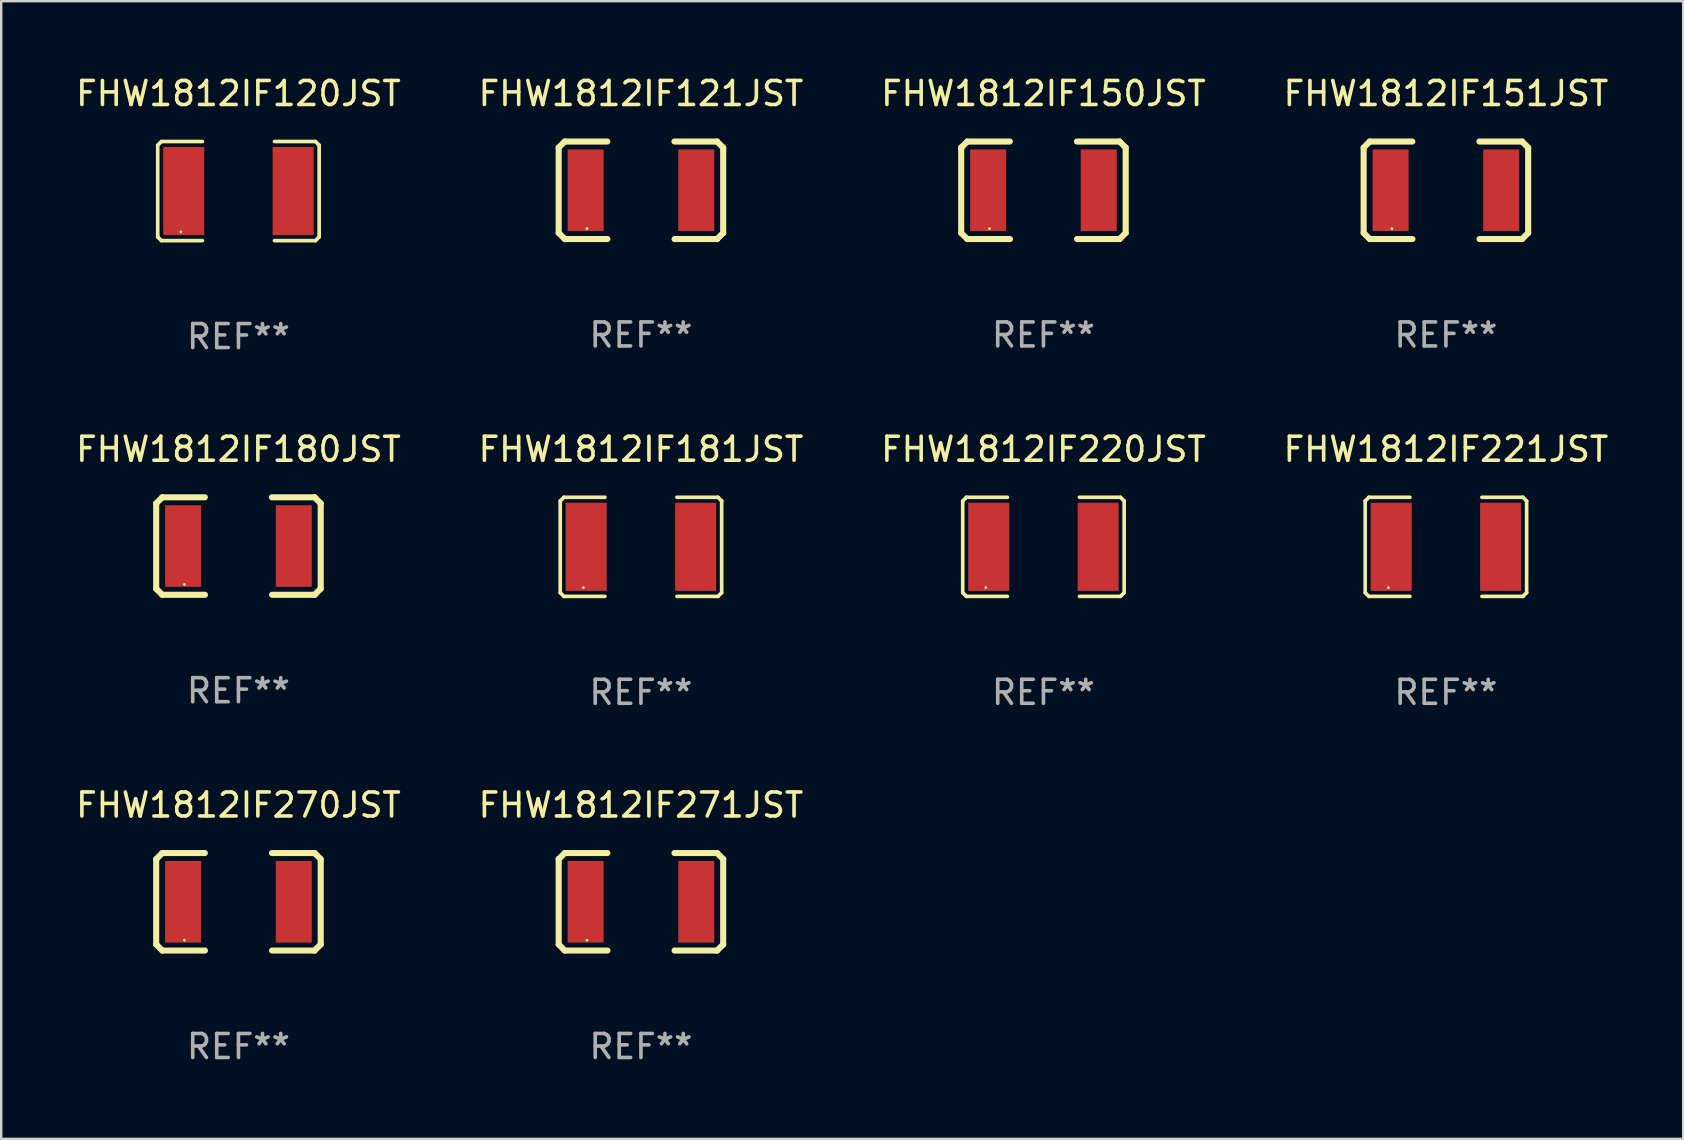
<source format=kicad_pcb>
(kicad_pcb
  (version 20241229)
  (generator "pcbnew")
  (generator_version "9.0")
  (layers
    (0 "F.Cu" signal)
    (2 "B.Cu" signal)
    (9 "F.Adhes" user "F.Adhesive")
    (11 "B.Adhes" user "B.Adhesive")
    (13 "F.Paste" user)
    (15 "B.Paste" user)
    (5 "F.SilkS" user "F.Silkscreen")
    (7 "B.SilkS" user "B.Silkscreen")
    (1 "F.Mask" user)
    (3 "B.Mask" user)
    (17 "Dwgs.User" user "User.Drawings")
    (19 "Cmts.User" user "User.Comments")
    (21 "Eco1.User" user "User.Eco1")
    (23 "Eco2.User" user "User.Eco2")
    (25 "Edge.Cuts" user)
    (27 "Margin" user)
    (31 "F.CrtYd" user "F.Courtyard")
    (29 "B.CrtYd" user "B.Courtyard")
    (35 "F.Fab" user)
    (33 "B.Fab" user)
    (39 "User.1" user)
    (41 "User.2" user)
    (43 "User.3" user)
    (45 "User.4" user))
  (footprint "FHW1812IF121JST"
    (layer "F.Cu")
    (at 23.661 4.88)
    (property "Reference" "FHW1812IF121JST" (at 0 -4.032 0) (layer "F.SilkS") (effects (font (size 1 1) (thickness 0.15))))
    (attr through_hole)
    (fp_line (start -3.428 -1.778) (end -3.174 -2.032) (stroke (width 0.254) (type solid)) (layer "F.SilkS"))
    (fp_line (start -3.428 1.778) (end -3.428 -1.778) (stroke (width 0.254) (type solid)) (layer "F.SilkS"))
    (fp_line (start -3.174 -2.032) (end -1.401 -2.032) (stroke (width 0.254) (type solid)) (layer "F.SilkS"))
    (fp_line (start -3.174 2.032) (end -3.428 1.778) (stroke (width 0.254) (type solid)) (layer "F.SilkS"))
    (fp_line (start -1.396 2.032) (end -3.174 2.032) (stroke (width 0.254) (type solid)) (layer "F.SilkS"))
    (fp_line (start 1.396 -2.032) (end 3.174 -2.032) (stroke (width 0.254) (type solid)) (layer "F.SilkS"))
    (fp_line (start 3.174 -2.032) (end 3.428 -1.778) (stroke (width 0.254) (type solid)) (layer "F.SilkS"))
    (fp_line (start 3.174 2.032) (end 1.401 2.032) (stroke (width 0.254) (type solid)) (layer "F.SilkS"))
    (fp_line (start 3.428 -1.778) (end 3.428 1.778) (stroke (width 0.254) (type solid)) (layer "F.SilkS"))
    (fp_line (start 3.428 1.778) (end 3.174 2.032) (stroke (width 0.254) (type solid)) (layer "F.SilkS"))
    (fp_circle (center -2.25 1.6) (end -2.22 1.6) (stroke (width 0.06) (type solid)) (fill no) (layer "F.SilkS"))
    (fp_text user "REF**" (at 0 6.032 0) (layer "F.Fab") (effects (font (size 1 1) (thickness 0.15))))
    (pad "1" smd rect (at -2.305 0) (size 1.5 3.4) (layers "F.Cu" "F.Mask" "F.Paste"))
    (pad "2" smd rect (at 2.305 0) (size 1.5 3.4) (layers "F.Cu" "F.Mask" "F.Paste")))
  (footprint "FHW1812IF150JST"
    (layer "F.Cu")
    (at 40.435 4.88)
    (property "Reference" "FHW1812IF150JST" (at 0 -4.032 0) (layer "F.SilkS") (effects (font (size 1 1) (thickness 0.15))))
    (attr through_hole)
    (fp_line (start -3.428 -1.778) (end -3.174 -2.032) (stroke (width 0.254) (type solid)) (layer "F.SilkS"))
    (fp_line (start -3.428 1.778) (end -3.428 -1.778) (stroke (width 0.254) (type solid)) (layer "F.SilkS"))
    (fp_line (start -3.174 -2.032) (end -1.401 -2.032) (stroke (width 0.254) (type solid)) (layer "F.SilkS"))
    (fp_line (start -3.174 2.032) (end -3.428 1.778) (stroke (width 0.254) (type solid)) (layer "F.SilkS"))
    (fp_line (start -1.396 2.032) (end -3.174 2.032) (stroke (width 0.254) (type solid)) (layer "F.SilkS"))
    (fp_line (start 1.396 -2.032) (end 3.174 -2.032) (stroke (width 0.254) (type solid)) (layer "F.SilkS"))
    (fp_line (start 3.174 -2.032) (end 3.428 -1.778) (stroke (width 0.254) (type solid)) (layer "F.SilkS"))
    (fp_line (start 3.174 2.032) (end 1.401 2.032) (stroke (width 0.254) (type solid)) (layer "F.SilkS"))
    (fp_line (start 3.428 -1.778) (end 3.428 1.778) (stroke (width 0.254) (type solid)) (layer "F.SilkS"))
    (fp_line (start 3.428 1.778) (end 3.174 2.032) (stroke (width 0.254) (type solid)) (layer "F.SilkS"))
    (fp_circle (center -2.25 1.6) (end -2.22 1.6) (stroke (width 0.06) (type solid)) (fill no) (layer "F.SilkS"))
    (fp_text user "REF**" (at 0 6.032 0) (layer "F.Fab") (effects (font (size 1 1) (thickness 0.15))))
    (pad "1" smd rect (at -2.305 0) (size 1.5 3.4) (layers "F.Cu" "F.Mask" "F.Paste"))
    (pad "2" smd rect (at 2.305 0) (size 1.5 3.4) (layers "F.Cu" "F.Mask" "F.Paste")))
  (footprint "FHW1812IF180JST"
    (layer "F.Cu")
    (at 6.887 19.706)
    (property "Reference" "FHW1812IF180JST" (at 0 -4.032 0) (layer "F.SilkS") (effects (font (size 1 1) (thickness 0.15))))
    (attr through_hole)
    (fp_line (start -3.428 -1.778) (end -3.174 -2.032) (stroke (width 0.254) (type solid)) (layer "F.SilkS"))
    (fp_line (start -3.428 1.778) (end -3.428 -1.778) (stroke (width 0.254) (type solid)) (layer "F.SilkS"))
    (fp_line (start -3.174 -2.032) (end -1.401 -2.032) (stroke (width 0.254) (type solid)) (layer "F.SilkS"))
    (fp_line (start -3.174 2.032) (end -3.428 1.778) (stroke (width 0.254) (type solid)) (layer "F.SilkS"))
    (fp_line (start -1.396 2.032) (end -3.174 2.032) (stroke (width 0.254) (type solid)) (layer "F.SilkS"))
    (fp_line (start 1.396 -2.032) (end 3.174 -2.032) (stroke (width 0.254) (type solid)) (layer "F.SilkS"))
    (fp_line (start 3.174 -2.032) (end 3.428 -1.778) (stroke (width 0.254) (type solid)) (layer "F.SilkS"))
    (fp_line (start 3.174 2.032) (end 1.401 2.032) (stroke (width 0.254) (type solid)) (layer "F.SilkS"))
    (fp_line (start 3.428 -1.778) (end 3.428 1.778) (stroke (width 0.254) (type solid)) (layer "F.SilkS"))
    (fp_line (start 3.428 1.778) (end 3.174 2.032) (stroke (width 0.254) (type solid)) (layer "F.SilkS"))
    (fp_circle (center -2.25 1.6) (end -2.22 1.6) (stroke (width 0.06) (type solid)) (fill no) (layer "F.SilkS"))
    (fp_text user "REF**" (at 0 6.032 0) (layer "F.Fab") (effects (font (size 1 1) (thickness 0.15))))
    (pad "1" smd rect (at -2.305 0) (size 1.5 3.4) (layers "F.Cu" "F.Mask" "F.Paste"))
    (pad "2" smd rect (at 2.305 0) (size 1.5 3.4) (layers "F.Cu" "F.Mask" "F.Paste")))
  (footprint "FHW1812IF270JST"
    (layer "F.Cu")
    (at 6.887 34.532)
    (property "Reference" "FHW1812IF270JST" (at 0 -4.032 0) (layer "F.SilkS") (effects (font (size 1 1) (thickness 0.15))))
    (attr through_hole)
    (fp_line (start -3.428 -1.778) (end -3.174 -2.032) (stroke (width 0.254) (type solid)) (layer "F.SilkS"))
    (fp_line (start -3.428 1.778) (end -3.428 -1.778) (stroke (width 0.254) (type solid)) (layer "F.SilkS"))
    (fp_line (start -3.174 -2.032) (end -1.401 -2.032) (stroke (width 0.254) (type solid)) (layer "F.SilkS"))
    (fp_line (start -3.174 2.032) (end -3.428 1.778) (stroke (width 0.254) (type solid)) (layer "F.SilkS"))
    (fp_line (start -1.396 2.032) (end -3.174 2.032) (stroke (width 0.254) (type solid)) (layer "F.SilkS"))
    (fp_line (start 1.396 -2.032) (end 3.174 -2.032) (stroke (width 0.254) (type solid)) (layer "F.SilkS"))
    (fp_line (start 3.174 -2.032) (end 3.428 -1.778) (stroke (width 0.254) (type solid)) (layer "F.SilkS"))
    (fp_line (start 3.174 2.032) (end 1.401 2.032) (stroke (width 0.254) (type solid)) (layer "F.SilkS"))
    (fp_line (start 3.428 -1.778) (end 3.428 1.778) (stroke (width 0.254) (type solid)) (layer "F.SilkS"))
    (fp_line (start 3.428 1.778) (end 3.174 2.032) (stroke (width 0.254) (type solid)) (layer "F.SilkS"))
    (fp_circle (center -2.25 1.6) (end -2.22 1.6) (stroke (width 0.06) (type solid)) (fill no) (layer "F.SilkS"))
    (fp_text user "REF**" (at 0 6.032 0) (layer "F.Fab") (effects (font (size 1 1) (thickness 0.15))))
    (pad "1" smd rect (at -2.305 0) (size 1.5 3.4) (layers "F.Cu" "F.Mask" "F.Paste"))
    (pad "2" smd rect (at 2.305 0) (size 1.5 3.4) (layers "F.Cu" "F.Mask" "F.Paste")))
  (footprint "FHW1812IF151JST"
    (layer "F.Cu")
    (at 57.208 4.88)
    (property "Reference" "FHW1812IF151JST" (at 0 -4.032 0) (layer "F.SilkS") (effects (font (size 1 1) (thickness 0.15))))
    (attr through_hole)
    (fp_line (start -3.428 -1.778) (end -3.174 -2.032) (stroke (width 0.254) (type solid)) (layer "F.SilkS"))
    (fp_line (start -3.428 1.778) (end -3.428 -1.778) (stroke (width 0.254) (type solid)) (layer "F.SilkS"))
    (fp_line (start -3.174 -2.032) (end -1.401 -2.032) (stroke (width 0.254) (type solid)) (layer "F.SilkS"))
    (fp_line (start -3.174 2.032) (end -3.428 1.778) (stroke (width 0.254) (type solid)) (layer "F.SilkS"))
    (fp_line (start -1.396 2.032) (end -3.174 2.032) (stroke (width 0.254) (type solid)) (layer "F.SilkS"))
    (fp_line (start 1.396 -2.032) (end 3.174 -2.032) (stroke (width 0.254) (type solid)) (layer "F.SilkS"))
    (fp_line (start 3.174 -2.032) (end 3.428 -1.778) (stroke (width 0.254) (type solid)) (layer "F.SilkS"))
    (fp_line (start 3.174 2.032) (end 1.401 2.032) (stroke (width 0.254) (type solid)) (layer "F.SilkS"))
    (fp_line (start 3.428 -1.778) (end 3.428 1.778) (stroke (width 0.254) (type solid)) (layer "F.SilkS"))
    (fp_line (start 3.428 1.778) (end 3.174 2.032) (stroke (width 0.254) (type solid)) (layer "F.SilkS"))
    (fp_circle (center -2.25 1.6) (end -2.22 1.6) (stroke (width 0.06) (type solid)) (fill no) (layer "F.SilkS"))
    (fp_text user "REF**" (at 0 6.032 0) (layer "F.Fab") (effects (font (size 1 1) (thickness 0.15))))
    (pad "1" smd rect (at -2.305 0) (size 1.5 3.4) (layers "F.Cu" "F.Mask" "F.Paste"))
    (pad "2" smd rect (at 2.305 0) (size 1.5 3.4) (layers "F.Cu" "F.Mask" "F.Paste")))
  (footprint "FHW1812IF220JST"
    (layer "F.Cu")
    (at 40.435 19.739)
    (property "Reference" "FHW1812IF220JST" (at 0 -4.065 0) (layer "F.SilkS") (effects (font (size 1 1) (thickness 0.15))))
    (attr through_hole)
    (fp_line (start -3.364 -1.912) (end -3.364 1.912) (stroke (width 0.152) (type solid)) (layer "F.SilkS"))
    (fp_line (start -3.364 1.912) (end -3.211 2.065) (stroke (width 0.152) (type solid)) (layer "F.SilkS"))
    (fp_line (start -3.211 -2.065) (end -3.364 -1.912) (stroke (width 0.152) (type solid)) (layer "F.SilkS"))
    (fp_line (start -3.211 2.065) (end -1.501 2.065) (stroke (width 0.152) (type solid)) (layer "F.SilkS"))
    (fp_line (start -1.501 -2.065) (end -3.211 -2.065) (stroke (width 0.152) (type solid)) (layer "F.SilkS"))
    (fp_line (start 1.501 -2.065) (end 3.211 -2.065) (stroke (width 0.152) (type solid)) (layer "F.SilkS"))
    (fp_line (start 3.211 -2.065) (end 3.364 -1.912) (stroke (width 0.152) (type solid)) (layer "F.SilkS"))
    (fp_line (start 3.211 2.065) (end 1.501 2.065) (stroke (width 0.152) (type solid)) (layer "F.SilkS"))
    (fp_line (start 3.364 -1.912) (end 3.364 1.912) (stroke (width 0.152) (type solid)) (layer "F.SilkS"))
    (fp_line (start 3.364 1.912) (end 3.211 2.065) (stroke (width 0.152) (type solid)) (layer "F.SilkS"))
    (fp_circle (center -2.4 1.7) (end -2.37 1.7) (stroke (width 0.06) (type solid)) (fill no) (layer "F.SilkS"))
    (fp_text user "REF**" (at 0 6.065 0) (layer "F.Fab") (effects (font (size 1 1) (thickness 0.15))))
    (pad "1" smd rect (at -2.28 0) (size 1.71 3.672) (layers "F.Cu" "F.Mask" "F.Paste"))
    (pad "2" smd rect (at 2.28 0) (size 1.71 3.672) (layers "F.Cu" "F.Mask" "F.Paste")))
  (footprint "FHW1812IF181JST"
    (layer "F.Cu")
    (at 23.661 19.739)
    (property "Reference" "FHW1812IF181JST" (at 0 -4.065 0) (layer "F.SilkS") (effects (font (size 1 1) (thickness 0.15))))
    (attr through_hole)
    (fp_line (start -3.364 -1.912) (end -3.364 1.912) (stroke (width 0.152) (type solid)) (layer "F.SilkS"))
    (fp_line (start -3.364 1.912) (end -3.211 2.065) (stroke (width 0.152) (type solid)) (layer "F.SilkS"))
    (fp_line (start -3.211 -2.065) (end -3.364 -1.912) (stroke (width 0.152) (type solid)) (layer "F.SilkS"))
    (fp_line (start -3.211 2.065) (end -1.501 2.065) (stroke (width 0.152) (type solid)) (layer "F.SilkS"))
    (fp_line (start -1.501 -2.065) (end -3.211 -2.065) (stroke (width 0.152) (type solid)) (layer "F.SilkS"))
    (fp_line (start 1.501 -2.065) (end 3.211 -2.065) (stroke (width 0.152) (type solid)) (layer "F.SilkS"))
    (fp_line (start 3.211 -2.065) (end 3.364 -1.912) (stroke (width 0.152) (type solid)) (layer "F.SilkS"))
    (fp_line (start 3.211 2.065) (end 1.501 2.065) (stroke (width 0.152) (type solid)) (layer "F.SilkS"))
    (fp_line (start 3.364 -1.912) (end 3.364 1.912) (stroke (width 0.152) (type solid)) (layer "F.SilkS"))
    (fp_line (start 3.364 1.912) (end 3.211 2.065) (stroke (width 0.152) (type solid)) (layer "F.SilkS"))
    (fp_circle (center -2.4 1.7) (end -2.37 1.7) (stroke (width 0.06) (type solid)) (fill no) (layer "F.SilkS"))
    (fp_text user "REF**" (at 0 6.065 0) (layer "F.Fab") (effects (font (size 1 1) (thickness 0.15))))
    (pad "1" smd rect (at -2.28 0) (size 1.71 3.672) (layers "F.Cu" "F.Mask" "F.Paste"))
    (pad "2" smd rect (at 2.28 0) (size 1.71 3.672) (layers "F.Cu" "F.Mask" "F.Paste")))
  (footprint "FHW1812IF271JST"
    (layer "F.Cu")
    (at 23.661 34.532)
    (property "Reference" "FHW1812IF271JST" (at 0 -4.032 0) (layer "F.SilkS") (effects (font (size 1 1) (thickness 0.15))))
    (attr through_hole)
    (fp_line (start -3.428 -1.778) (end -3.174 -2.032) (stroke (width 0.254) (type solid)) (layer "F.SilkS"))
    (fp_line (start -3.428 1.778) (end -3.428 -1.778) (stroke (width 0.254) (type solid)) (layer "F.SilkS"))
    (fp_line (start -3.174 -2.032) (end -1.401 -2.032) (stroke (width 0.254) (type solid)) (layer "F.SilkS"))
    (fp_line (start -3.174 2.032) (end -3.428 1.778) (stroke (width 0.254) (type solid)) (layer "F.SilkS"))
    (fp_line (start -1.396 2.032) (end -3.174 2.032) (stroke (width 0.254) (type solid)) (layer "F.SilkS"))
    (fp_line (start 1.396 -2.032) (end 3.174 -2.032) (stroke (width 0.254) (type solid)) (layer "F.SilkS"))
    (fp_line (start 3.174 -2.032) (end 3.428 -1.778) (stroke (width 0.254) (type solid)) (layer "F.SilkS"))
    (fp_line (start 3.174 2.032) (end 1.401 2.032) (stroke (width 0.254) (type solid)) (layer "F.SilkS"))
    (fp_line (start 3.428 -1.778) (end 3.428 1.778) (stroke (width 0.254) (type solid)) (layer "F.SilkS"))
    (fp_line (start 3.428 1.778) (end 3.174 2.032) (stroke (width 0.254) (type solid)) (layer "F.SilkS"))
    (fp_circle (center -2.25 1.6) (end -2.22 1.6) (stroke (width 0.06) (type solid)) (fill no) (layer "F.SilkS"))
    (fp_text user "REF**" (at 0 6.032 0) (layer "F.Fab") (effects (font (size 1 1) (thickness 0.15))))
    (pad "1" smd rect (at -2.305 0) (size 1.5 3.4) (layers "F.Cu" "F.Mask" "F.Paste"))
    (pad "2" smd rect (at 2.305 0) (size 1.5 3.4) (layers "F.Cu" "F.Mask" "F.Paste")))
  (footprint "FHW1812IF221JST"
    (layer "F.Cu")
    (at 57.208 19.739)
    (property "Reference" "FHW1812IF221JST" (at 0 -4.065 0) (layer "F.SilkS") (effects (font (size 1 1) (thickness 0.15))))
    (attr through_hole)
    (fp_line (start -3.364 -1.912) (end -3.364 1.912) (stroke (width 0.152) (type solid)) (layer "F.SilkS"))
    (fp_line (start -3.364 1.912) (end -3.211 2.065) (stroke (width 0.152) (type solid)) (layer "F.SilkS"))
    (fp_line (start -3.211 -2.065) (end -3.364 -1.912) (stroke (width 0.152) (type solid)) (layer "F.SilkS"))
    (fp_line (start -3.211 2.065) (end -1.501 2.065) (stroke (width 0.152) (type solid)) (layer "F.SilkS"))
    (fp_line (start -1.501 -2.065) (end -3.211 -2.065) (stroke (width 0.152) (type solid)) (layer "F.SilkS"))
    (fp_line (start 1.501 -2.065) (end 3.211 -2.065) (stroke (width 0.152) (type solid)) (layer "F.SilkS"))
    (fp_line (start 3.211 -2.065) (end 3.364 -1.912) (stroke (width 0.152) (type solid)) (layer "F.SilkS"))
    (fp_line (start 3.211 2.065) (end 1.501 2.065) (stroke (width 0.152) (type solid)) (layer "F.SilkS"))
    (fp_line (start 3.364 -1.912) (end 3.364 1.912) (stroke (width 0.152) (type solid)) (layer "F.SilkS"))
    (fp_line (start 3.364 1.912) (end 3.211 2.065) (stroke (width 0.152) (type solid)) (layer "F.SilkS"))
    (fp_circle (center -2.4 1.7) (end -2.37 1.7) (stroke (width 0.06) (type solid)) (fill no) (layer "F.SilkS"))
    (fp_text user "REF**" (at 0 6.065 0) (layer "F.Fab") (effects (font (size 1 1) (thickness 0.15))))
    (pad "1" smd rect (at -2.28 0) (size 1.71 3.672) (layers "F.Cu" "F.Mask" "F.Paste"))
    (pad "2" smd rect (at 2.28 0) (size 1.71 3.672) (layers "F.Cu" "F.Mask" "F.Paste")))
  (footprint "FHW1812IF120JST"
    (layer "F.Cu")
    (at 6.887 4.913)
    (property "Reference" "FHW1812IF120JST" (at 0 -4.065 0) (layer "F.SilkS") (effects (font (size 1 1) (thickness 0.15))))
    (attr through_hole)
    (fp_line (start -3.364 -1.912) (end -3.364 1.912) (stroke (width 0.152) (type solid)) (layer "F.SilkS"))
    (fp_line (start -3.364 1.912) (end -3.211 2.065) (stroke (width 0.152) (type solid)) (layer "F.SilkS"))
    (fp_line (start -3.211 -2.065) (end -3.364 -1.912) (stroke (width 0.152) (type solid)) (layer "F.SilkS"))
    (fp_line (start -3.211 2.065) (end -1.501 2.065) (stroke (width 0.152) (type solid)) (layer "F.SilkS"))
    (fp_line (start -1.501 -2.065) (end -3.211 -2.065) (stroke (width 0.152) (type solid)) (layer "F.SilkS"))
    (fp_line (start 1.501 -2.065) (end 3.211 -2.065) (stroke (width 0.152) (type solid)) (layer "F.SilkS"))
    (fp_line (start 3.211 -2.065) (end 3.364 -1.912) (stroke (width 0.152) (type solid)) (layer "F.SilkS"))
    (fp_line (start 3.211 2.065) (end 1.501 2.065) (stroke (width 0.152) (type solid)) (layer "F.SilkS"))
    (fp_line (start 3.364 -1.912) (end 3.364 1.912) (stroke (width 0.152) (type solid)) (layer "F.SilkS"))
    (fp_line (start 3.364 1.912) (end 3.211 2.065) (stroke (width 0.152) (type solid)) (layer "F.SilkS"))
    (fp_circle (center -2.4 1.7) (end -2.37 1.7) (stroke (width 0.06) (type solid)) (fill no) (layer "F.SilkS"))
    (fp_text user "REF**" (at 0 6.065 0) (layer "F.Fab") (effects (font (size 1 1) (thickness 0.15))))
    (pad "1" smd rect (at -2.28 0) (size 1.71 3.672) (layers "F.Cu" "F.Mask" "F.Paste"))
    (pad "2" smd rect (at 2.28 0) (size 1.71 3.672) (layers "F.Cu" "F.Mask" "F.Paste")))
  (gr_rect
    (start -3 -3)
    (end 67.095 44.412)
    (stroke (width 0.1) (type default))
    (fill no)
    (layer "Edge.Cuts")))
</source>
